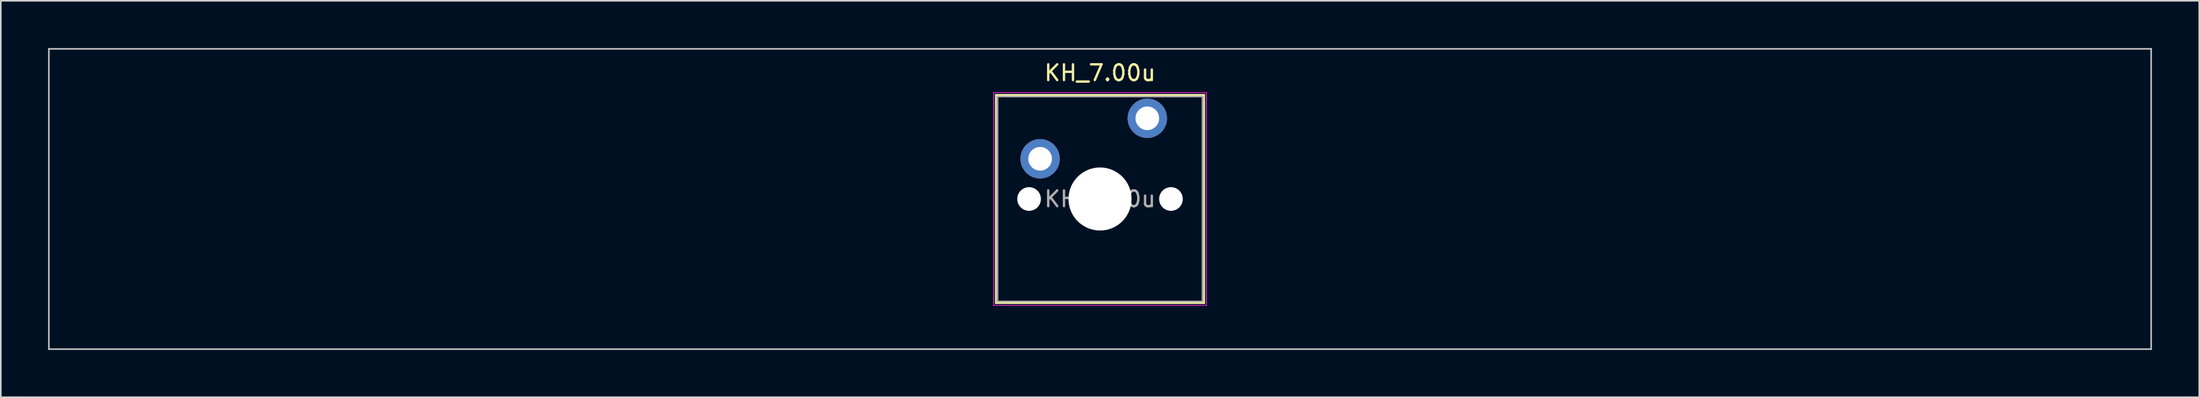
<source format=kicad_pcb>
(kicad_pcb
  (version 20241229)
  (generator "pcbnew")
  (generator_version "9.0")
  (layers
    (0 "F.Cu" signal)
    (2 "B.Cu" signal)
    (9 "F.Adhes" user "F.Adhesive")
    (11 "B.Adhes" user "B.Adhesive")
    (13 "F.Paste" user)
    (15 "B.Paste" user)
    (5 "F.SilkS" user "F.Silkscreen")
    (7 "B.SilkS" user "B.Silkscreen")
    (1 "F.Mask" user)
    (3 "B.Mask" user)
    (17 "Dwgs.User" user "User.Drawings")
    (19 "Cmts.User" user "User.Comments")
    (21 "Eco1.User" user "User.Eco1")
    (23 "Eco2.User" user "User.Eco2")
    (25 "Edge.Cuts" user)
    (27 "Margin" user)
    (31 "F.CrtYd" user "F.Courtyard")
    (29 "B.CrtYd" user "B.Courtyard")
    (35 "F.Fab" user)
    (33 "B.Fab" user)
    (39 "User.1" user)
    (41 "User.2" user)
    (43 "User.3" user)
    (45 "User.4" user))
  (footprint "KH_7.00u"
    (layer "F.Cu")
    (at 66.725 9.575)
    (property "Reference" "KH_7.00u" (at 0 -8 0) (layer "F.SilkS") (effects (font (size 1 1) (thickness 0.15))))
    (attr through_hole)
    (fp_line (start -6.6 -6.6) (end -6.6 6.6) (stroke (width 0.12) (type solid)) (layer "F.SilkS"))
    (fp_line (start -6.6 6.6) (end 6.6 6.6) (stroke (width 0.12) (type solid)) (layer "F.SilkS"))
    (fp_line (start 6.6 -6.6) (end -6.6 -6.6) (stroke (width 0.12) (type solid)) (layer "F.SilkS"))
    (fp_line (start 6.6 6.6) (end 6.6 -6.6) (stroke (width 0.12) (type solid)) (layer "F.SilkS"))
    (fp_line (start -66.675 -9.525) (end -66.675 9.525) (stroke (width 0.1) (type solid)) (layer "Dwgs.User"))
    (fp_line (start -66.675 9.525) (end 66.675 9.525) (stroke (width 0.1) (type solid)) (layer "Dwgs.User"))
    (fp_line (start 66.675 -9.525) (end -66.675 -9.525) (stroke (width 0.1) (type solid)) (layer "Dwgs.User"))
    (fp_line (start 66.675 9.525) (end 66.675 -9.525) (stroke (width 0.1) (type solid)) (layer "Dwgs.User"))
    (fp_line (start -6.1 -6.1) (end -6.1 6.1) (stroke (width 0.1) (type solid)) (layer "Eco1.User"))
    (fp_line (start -6.1 6.1) (end 6.1 6.1) (stroke (width 0.1) (type solid)) (layer "Eco1.User"))
    (fp_line (start 6.1 -6.1) (end -6.1 -6.1) (stroke (width 0.1) (type solid)) (layer "Eco1.User"))
    (fp_line (start 6.1 6.1) (end 6.1 -6.1) (stroke (width 0.1) (type solid)) (layer "Eco1.User"))
    (fp_line (start -6.75 -6.75) (end -6.75 6.75) (stroke (width 0.05) (type solid)) (layer "F.CrtYd"))
    (fp_line (start -6.75 6.75) (end 6.75 6.75) (stroke (width 0.05) (type solid)) (layer "F.CrtYd"))
    (fp_line (start 6.75 -6.75) (end -6.75 -6.75) (stroke (width 0.05) (type solid)) (layer "F.CrtYd"))
    (fp_line (start 6.75 6.75) (end 6.75 -6.75) (stroke (width 0.05) (type solid)) (layer "F.CrtYd"))
    (fp_line (start -6.5 -6.5) (end -6.5 6.5) (stroke (width 0.1) (type solid)) (layer "F.Fab"))
    (fp_line (start -6.5 6.5) (end 6.5 6.5) (stroke (width 0.1) (type solid)) (layer "F.Fab"))
    (fp_line (start 6.5 -6.5) (end -6.5 -6.5) (stroke (width 0.1) (type solid)) (layer "F.Fab"))
    (fp_line (start 6.5 6.5) (end 6.5 -6.5) (stroke (width 0.1) (type solid)) (layer "F.Fab"))
    (fp_text user "${REFERENCE}" (at 0 0 0) (layer "F.Fab") (effects (font (size 1 1) (thickness 0.15))))
    (pad "" np_thru_hole circle (at -4.5 0) (size 1.5 1.5) (drill 1.5) (layers "*.Cu" "*.Mask"))
    (pad "" np_thru_hole circle (at 0 0) (size 4 4) (drill 4) (layers "*.Cu" "*.Mask"))
    (pad "" np_thru_hole circle (at 4.5 0) (size 1.5 1.5) (drill 1.5) (layers "*.Cu" "*.Mask"))
    (pad "1" thru_hole circle (at -3.8 -2.55) (size 2.5 2.5) (drill 1.5) (layers "*.Cu" "*.Mask"))
    (pad "2" thru_hole circle (at 3 -5.12) (size 2.5 2.5) (drill 1.5) (layers "*.Cu" "*.Mask")))
  (gr_rect
    (start -3 -3)
    (end 136.45 22.15)
    (stroke (width 0.1) (type default))
    (fill no)
    (layer "Edge.Cuts")))
</source>
